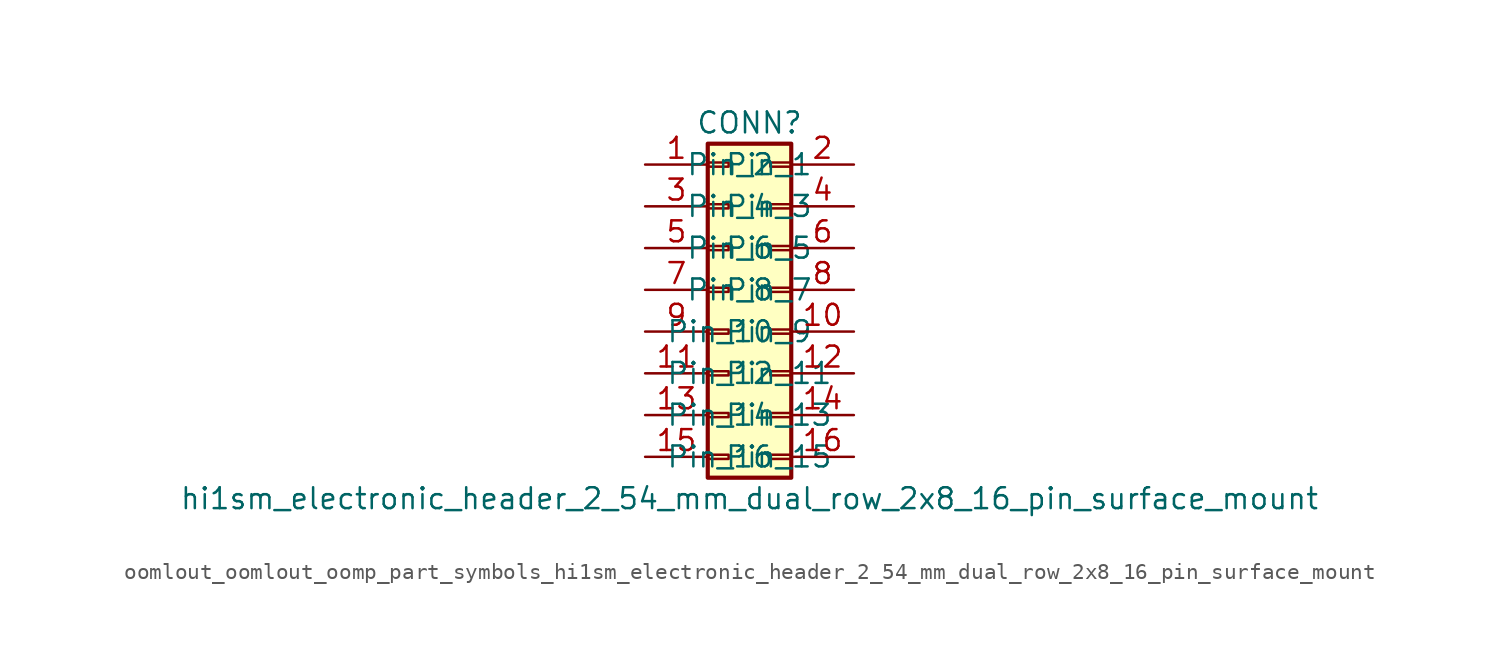
<source format=kicad_sym>
(kicad_symbol_lib
  (version 20220914)
  (generator kicad_symbol_editor)
  (symbol "oomlout_oomlout_oomp_part_symbols_hi1sm_electronic_header_2_54_mm_dual_row_2x8_16_pin_surface_mount"
    (pin_names
      (offset 1.016))
    (property "Reference" "CONN"
      (at 1.27 10.16 0)
      (effects (font (size 1.27 1.27))))
    (property "Value" "hi1sm_electronic_header_2_54_mm_dual_row_2x8_16_pin_surface_mount"
      (at 1.27 -12.7 0)
      (effects (font (size 1.27 1.27))))
    (symbol "oomlout_oomlout_oomp_part_symbols_hi1sm_electronic_header_2_54_mm_dual_row_2x8_16_pin_surface_mount_1_1"
      (rectangle (start -1.27 -10.033) (end 0 -10.287) (stroke (width 0.152) (type default)) (fill (type none)))
      (rectangle (start -1.27 -7.493) (end 0 -7.747) (stroke (width 0.152) (type default)) (fill (type none)))
      (rectangle (start -1.27 -4.953) (end 0 -5.207) (stroke (width 0.152) (type default)) (fill (type none)))
      (rectangle (start -1.27 -2.413) (end 0 -2.667) (stroke (width 0.152) (type default)) (fill (type none)))
      (rectangle (start -1.27 0.127) (end 0 -0.127) (stroke (width 0.152) (type default)) (fill (type none)))
      (rectangle (start -1.27 2.667) (end 0 2.413) (stroke (width 0.152) (type default)) (fill (type none)))
      (rectangle (start -1.27 5.207) (end 0 4.953) (stroke (width 0.152) (type default)) (fill (type none)))
      (rectangle (start -1.27 7.747) (end 0 7.493) (stroke (width 0.152) (type default)) (fill (type none)))
      (rectangle (start -1.27 8.89) (end 3.81 -11.43) (stroke (width 0.254) (type default)) (fill (type background)))
      (rectangle (start 3.81 -10.033) (end 2.54 -10.287) (stroke (width 0.152) (type default)) (fill (type none)))
      (rectangle (start 3.81 -7.493) (end 2.54 -7.747) (stroke (width 0.152) (type default)) (fill (type none)))
      (rectangle (start 3.81 -4.953) (end 2.54 -5.207) (stroke (width 0.152) (type default)) (fill (type none)))
      (rectangle (start 3.81 -2.413) (end 2.54 -2.667) (stroke (width 0.152) (type default)) (fill (type none)))
      (rectangle (start 3.81 0.127) (end 2.54 -0.127) (stroke (width 0.152) (type default)) (fill (type none)))
      (rectangle (start 3.81 2.667) (end 2.54 2.413) (stroke (width 0.152) (type default)) (fill (type none)))
      (rectangle (start 3.81 5.207) (end 2.54 4.953) (stroke (width 0.152) (type default)) (fill (type none)))
      (rectangle (start 3.81 7.747) (end 2.54 7.493) (stroke (width 0.152) (type default)) (fill (type none)))
      (pin passive line (at -5.08 7.62 0) (length 3.81) (name "Pin_1" (effects (font (size 1.27 1.27)))) (number "1" (effects (font (size 1.27 1.27)))))
      (pin passive line (at 7.62 -2.54 180) (length 3.81) (name "Pin_10" (effects (font (size 1.27 1.27)))) (number "10" (effects (font (size 1.27 1.27)))))
      (pin passive line (at -5.08 -5.08 0) (length 3.81) (name "Pin_11" (effects (font (size 1.27 1.27)))) (number "11" (effects (font (size 1.27 1.27)))))
      (pin passive line (at 7.62 -5.08 180) (length 3.81) (name "Pin_12" (effects (font (size 1.27 1.27)))) (number "12" (effects (font (size 1.27 1.27)))))
      (pin passive line (at -5.08 -7.62 0) (length 3.81) (name "Pin_13" (effects (font (size 1.27 1.27)))) (number "13" (effects (font (size 1.27 1.27)))))
      (pin passive line (at 7.62 -7.62 180) (length 3.81) (name "Pin_14" (effects (font (size 1.27 1.27)))) (number "14" (effects (font (size 1.27 1.27)))))
      (pin passive line (at -5.08 -10.16 0) (length 3.81) (name "Pin_15" (effects (font (size 1.27 1.27)))) (number "15" (effects (font (size 1.27 1.27)))))
      (pin passive line (at 7.62 -10.16 180) (length 3.81) (name "Pin_16" (effects (font (size 1.27 1.27)))) (number "16" (effects (font (size 1.27 1.27)))))
      (pin passive line (at 7.62 7.62 180) (length 3.81) (name "Pin_2" (effects (font (size 1.27 1.27)))) (number "2" (effects (font (size 1.27 1.27)))))
      (pin passive line (at -5.08 5.08 0) (length 3.81) (name "Pin_3" (effects (font (size 1.27 1.27)))) (number "3" (effects (font (size 1.27 1.27)))))
      (pin passive line (at 7.62 5.08 180) (length 3.81) (name "Pin_4" (effects (font (size 1.27 1.27)))) (number "4" (effects (font (size 1.27 1.27)))))
      (pin passive line (at -5.08 2.54 0) (length 3.81) (name "Pin_5" (effects (font (size 1.27 1.27)))) (number "5" (effects (font (size 1.27 1.27)))))
      (pin passive line (at 7.62 2.54 180) (length 3.81) (name "Pin_6" (effects (font (size 1.27 1.27)))) (number "6" (effects (font (size 1.27 1.27)))))
      (pin passive line (at -5.08 0 0) (length 3.81) (name "Pin_7" (effects (font (size 1.27 1.27)))) (number "7" (effects (font (size 1.27 1.27)))))
      (pin passive line (at 7.62 0 180) (length 3.81) (name "Pin_8" (effects (font (size 1.27 1.27)))) (number "8" (effects (font (size 1.27 1.27)))))
      (pin passive line (at -5.08 -2.54 0) (length 3.81) (name "Pin_9" (effects (font (size 1.27 1.27)))) (number "9" (effects (font (size 1.27 1.27))))))))
</source>
